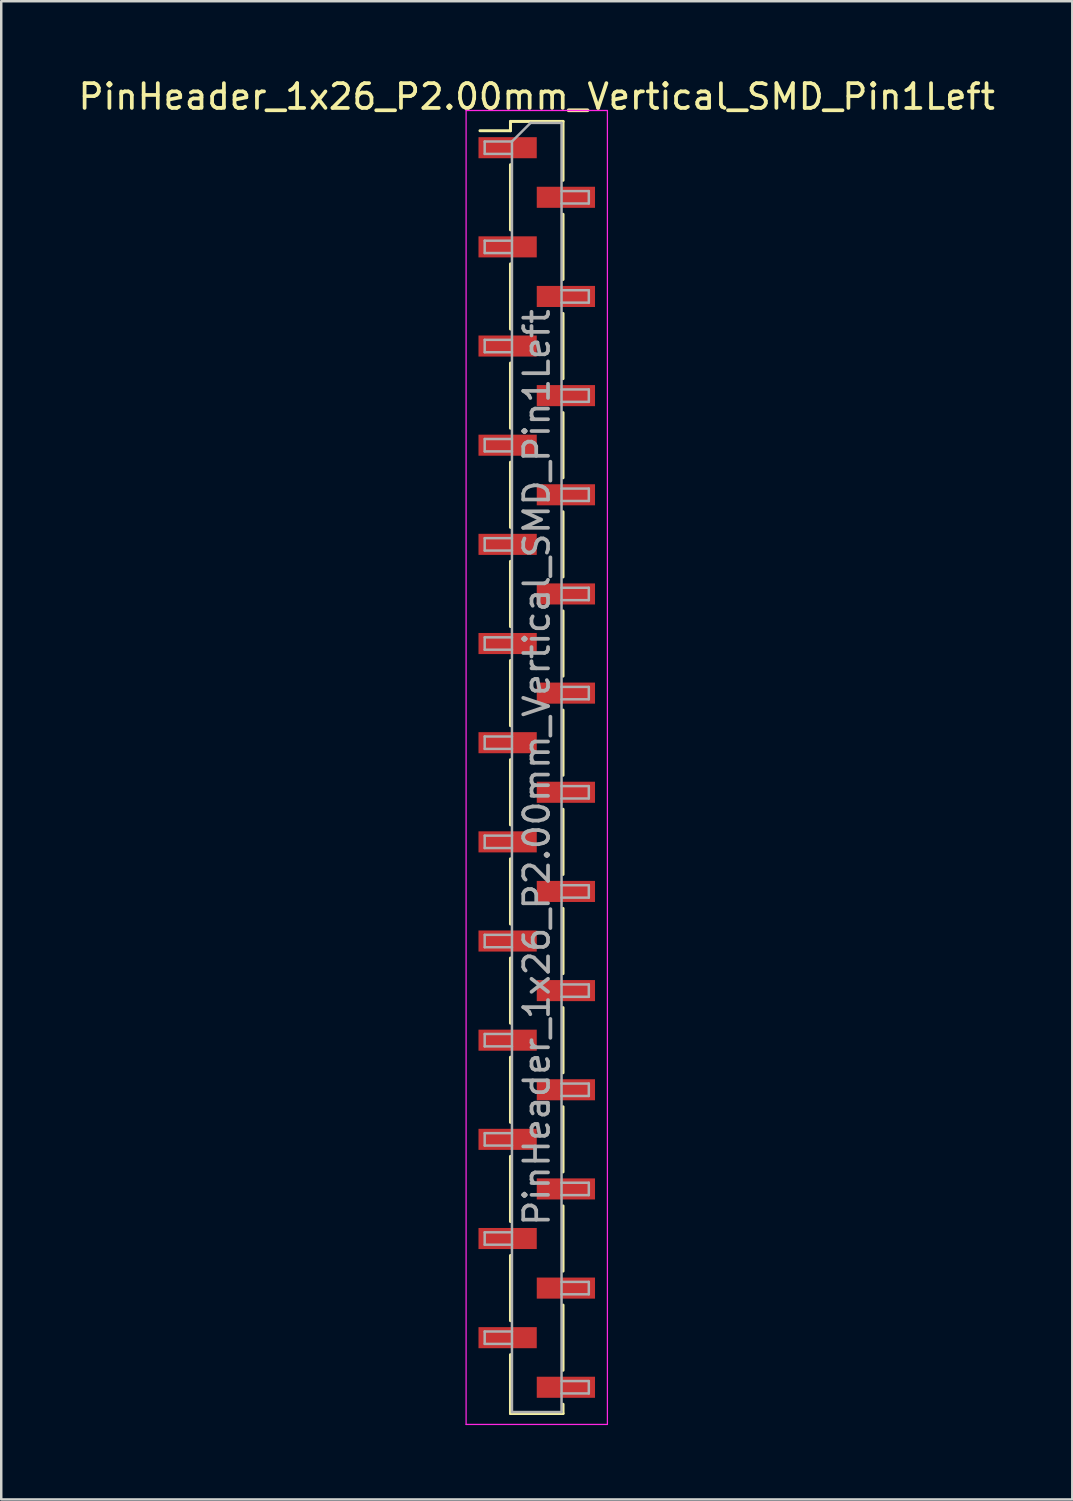
<source format=kicad_pcb>
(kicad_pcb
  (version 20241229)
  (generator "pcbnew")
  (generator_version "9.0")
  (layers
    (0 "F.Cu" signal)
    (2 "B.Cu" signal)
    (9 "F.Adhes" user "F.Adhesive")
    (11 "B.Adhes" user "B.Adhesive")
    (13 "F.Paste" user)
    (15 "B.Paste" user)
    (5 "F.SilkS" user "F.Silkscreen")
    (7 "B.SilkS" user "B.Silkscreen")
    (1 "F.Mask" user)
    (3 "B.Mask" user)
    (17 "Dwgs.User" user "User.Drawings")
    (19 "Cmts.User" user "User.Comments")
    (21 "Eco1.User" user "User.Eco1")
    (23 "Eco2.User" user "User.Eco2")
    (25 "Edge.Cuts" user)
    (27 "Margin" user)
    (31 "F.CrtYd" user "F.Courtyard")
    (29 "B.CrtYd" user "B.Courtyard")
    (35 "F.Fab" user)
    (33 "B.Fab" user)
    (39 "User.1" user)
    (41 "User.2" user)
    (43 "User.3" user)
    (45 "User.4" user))
  (footprint "PinHeader_1x26_P2.00mm_Vertical_SMD_Pin1Left"
    (layer "F.Cu")
    (at 18.601 27.908)
    (property "Reference" "PinHeader_1x26_P2.00mm_Vertical_SMD_Pin1Left" (at 0 -27.06 0) (layer "F.SilkS") (effects (font (size 1 1) (thickness 0.15))))
    (attr smd)
    (fp_line (start -1.06 -26.06) (end -1.06 -25.685) (stroke (width 0.12) (type solid)) (layer "F.SilkS"))
    (fp_line (start -1.06 -26.06) (end 1.06 -26.06) (stroke (width 0.12) (type solid)) (layer "F.SilkS"))
    (fp_line (start -1.06 -25.685) (end -2.29 -25.685) (stroke (width 0.12) (type solid)) (layer "F.SilkS"))
    (fp_line (start -1.06 -24.315) (end -1.06 -21.685) (stroke (width 0.12) (type solid)) (layer "F.SilkS"))
    (fp_line (start -1.06 -20.315) (end -1.06 -17.685) (stroke (width 0.12) (type solid)) (layer "F.SilkS"))
    (fp_line (start -1.06 -16.315) (end -1.06 -13.685) (stroke (width 0.12) (type solid)) (layer "F.SilkS"))
    (fp_line (start -1.06 -12.315) (end -1.06 -9.685) (stroke (width 0.12) (type solid)) (layer "F.SilkS"))
    (fp_line (start -1.06 -8.315) (end -1.06 -5.685) (stroke (width 0.12) (type solid)) (layer "F.SilkS"))
    (fp_line (start -1.06 -4.315) (end -1.06 -1.685) (stroke (width 0.12) (type solid)) (layer "F.SilkS"))
    (fp_line (start -1.06 -0.315) (end -1.06 2.315) (stroke (width 0.12) (type solid)) (layer "F.SilkS"))
    (fp_line (start -1.06 3.685) (end -1.06 6.315) (stroke (width 0.12) (type solid)) (layer "F.SilkS"))
    (fp_line (start -1.06 7.685) (end -1.06 10.315) (stroke (width 0.12) (type solid)) (layer "F.SilkS"))
    (fp_line (start -1.06 11.685) (end -1.06 14.315) (stroke (width 0.12) (type solid)) (layer "F.SilkS"))
    (fp_line (start -1.06 15.685) (end -1.06 18.315) (stroke (width 0.12) (type solid)) (layer "F.SilkS"))
    (fp_line (start -1.06 19.685) (end -1.06 22.315) (stroke (width 0.12) (type solid)) (layer "F.SilkS"))
    (fp_line (start -1.06 23.685) (end -1.06 26.06) (stroke (width 0.12) (type solid)) (layer "F.SilkS"))
    (fp_line (start -1.06 26.06) (end 1.06 26.06) (stroke (width 0.12) (type solid)) (layer "F.SilkS"))
    (fp_line (start 1.06 -26.06) (end 1.06 -23.685) (stroke (width 0.12) (type solid)) (layer "F.SilkS"))
    (fp_line (start 1.06 -22.315) (end 1.06 -19.685) (stroke (width 0.12) (type solid)) (layer "F.SilkS"))
    (fp_line (start 1.06 -18.315) (end 1.06 -15.685) (stroke (width 0.12) (type solid)) (layer "F.SilkS"))
    (fp_line (start 1.06 -14.315) (end 1.06 -11.685) (stroke (width 0.12) (type solid)) (layer "F.SilkS"))
    (fp_line (start 1.06 -10.315) (end 1.06 -7.685) (stroke (width 0.12) (type solid)) (layer "F.SilkS"))
    (fp_line (start 1.06 -6.315) (end 1.06 -3.685) (stroke (width 0.12) (type solid)) (layer "F.SilkS"))
    (fp_line (start 1.06 -2.315) (end 1.06 0.315) (stroke (width 0.12) (type solid)) (layer "F.SilkS"))
    (fp_line (start 1.06 1.685) (end 1.06 4.315) (stroke (width 0.12) (type solid)) (layer "F.SilkS"))
    (fp_line (start 1.06 5.685) (end 1.06 8.315) (stroke (width 0.12) (type solid)) (layer "F.SilkS"))
    (fp_line (start 1.06 9.685) (end 1.06 12.315) (stroke (width 0.12) (type solid)) (layer "F.SilkS"))
    (fp_line (start 1.06 13.685) (end 1.06 16.315) (stroke (width 0.12) (type solid)) (layer "F.SilkS"))
    (fp_line (start 1.06 17.685) (end 1.06 20.315) (stroke (width 0.12) (type solid)) (layer "F.SilkS"))
    (fp_line (start 1.06 21.685) (end 1.06 24.315) (stroke (width 0.12) (type solid)) (layer "F.SilkS"))
    (fp_line (start 1.06 25.685) (end 1.06 26.06) (stroke (width 0.12) (type solid)) (layer "F.SilkS"))
    (fp_line (start -2.85 -26.5) (end -2.85 26.5) (stroke (width 0.05) (type solid)) (layer "F.CrtYd"))
    (fp_line (start -2.85 26.5) (end 2.85 26.5) (stroke (width 0.05) (type solid)) (layer "F.CrtYd"))
    (fp_line (start 2.85 -26.5) (end -2.85 -26.5) (stroke (width 0.05) (type solid)) (layer "F.CrtYd"))
    (fp_line (start 2.85 26.5) (end 2.85 -26.5) (stroke (width 0.05) (type solid)) (layer "F.CrtYd"))
    (fp_line (start -2.1 -25.25) (end -2.1 -24.75) (stroke (width 0.1) (type solid)) (layer "F.Fab"))
    (fp_line (start -2.1 -24.75) (end -1 -24.75) (stroke (width 0.1) (type solid)) (layer "F.Fab"))
    (fp_line (start -2.1 -21.25) (end -2.1 -20.75) (stroke (width 0.1) (type solid)) (layer "F.Fab"))
    (fp_line (start -2.1 -20.75) (end -1 -20.75) (stroke (width 0.1) (type solid)) (layer "F.Fab"))
    (fp_line (start -2.1 -17.25) (end -2.1 -16.75) (stroke (width 0.1) (type solid)) (layer "F.Fab"))
    (fp_line (start -2.1 -16.75) (end -1 -16.75) (stroke (width 0.1) (type solid)) (layer "F.Fab"))
    (fp_line (start -2.1 -13.25) (end -2.1 -12.75) (stroke (width 0.1) (type solid)) (layer "F.Fab"))
    (fp_line (start -2.1 -12.75) (end -1 -12.75) (stroke (width 0.1) (type solid)) (layer "F.Fab"))
    (fp_line (start -2.1 -9.25) (end -2.1 -8.75) (stroke (width 0.1) (type solid)) (layer "F.Fab"))
    (fp_line (start -2.1 -8.75) (end -1 -8.75) (stroke (width 0.1) (type solid)) (layer "F.Fab"))
    (fp_line (start -2.1 -5.25) (end -2.1 -4.75) (stroke (width 0.1) (type solid)) (layer "F.Fab"))
    (fp_line (start -2.1 -4.75) (end -1 -4.75) (stroke (width 0.1) (type solid)) (layer "F.Fab"))
    (fp_line (start -2.1 -1.25) (end -2.1 -0.75) (stroke (width 0.1) (type solid)) (layer "F.Fab"))
    (fp_line (start -2.1 -0.75) (end -1 -0.75) (stroke (width 0.1) (type solid)) (layer "F.Fab"))
    (fp_line (start -2.1 2.75) (end -2.1 3.25) (stroke (width 0.1) (type solid)) (layer "F.Fab"))
    (fp_line (start -2.1 3.25) (end -1 3.25) (stroke (width 0.1) (type solid)) (layer "F.Fab"))
    (fp_line (start -2.1 6.75) (end -2.1 7.25) (stroke (width 0.1) (type solid)) (layer "F.Fab"))
    (fp_line (start -2.1 7.25) (end -1 7.25) (stroke (width 0.1) (type solid)) (layer "F.Fab"))
    (fp_line (start -2.1 10.75) (end -2.1 11.25) (stroke (width 0.1) (type solid)) (layer "F.Fab"))
    (fp_line (start -2.1 11.25) (end -1 11.25) (stroke (width 0.1) (type solid)) (layer "F.Fab"))
    (fp_line (start -2.1 14.75) (end -2.1 15.25) (stroke (width 0.1) (type solid)) (layer "F.Fab"))
    (fp_line (start -2.1 15.25) (end -1 15.25) (stroke (width 0.1) (type solid)) (layer "F.Fab"))
    (fp_line (start -2.1 18.75) (end -2.1 19.25) (stroke (width 0.1) (type solid)) (layer "F.Fab"))
    (fp_line (start -2.1 19.25) (end -1 19.25) (stroke (width 0.1) (type solid)) (layer "F.Fab"))
    (fp_line (start -2.1 22.75) (end -2.1 23.25) (stroke (width 0.1) (type solid)) (layer "F.Fab"))
    (fp_line (start -2.1 23.25) (end -1 23.25) (stroke (width 0.1) (type solid)) (layer "F.Fab"))
    (fp_line (start -1 -25.25) (end -2.1 -25.25) (stroke (width 0.1) (type solid)) (layer "F.Fab"))
    (fp_line (start -1 -25.25) (end -0.25 -26) (stroke (width 0.1) (type solid)) (layer "F.Fab"))
    (fp_line (start -1 -21.25) (end -2.1 -21.25) (stroke (width 0.1) (type solid)) (layer "F.Fab"))
    (fp_line (start -1 -17.25) (end -2.1 -17.25) (stroke (width 0.1) (type solid)) (layer "F.Fab"))
    (fp_line (start -1 -13.25) (end -2.1 -13.25) (stroke (width 0.1) (type solid)) (layer "F.Fab"))
    (fp_line (start -1 -9.25) (end -2.1 -9.25) (stroke (width 0.1) (type solid)) (layer "F.Fab"))
    (fp_line (start -1 -5.25) (end -2.1 -5.25) (stroke (width 0.1) (type solid)) (layer "F.Fab"))
    (fp_line (start -1 -1.25) (end -2.1 -1.25) (stroke (width 0.1) (type solid)) (layer "F.Fab"))
    (fp_line (start -1 2.75) (end -2.1 2.75) (stroke (width 0.1) (type solid)) (layer "F.Fab"))
    (fp_line (start -1 6.75) (end -2.1 6.75) (stroke (width 0.1) (type solid)) (layer "F.Fab"))
    (fp_line (start -1 10.75) (end -2.1 10.75) (stroke (width 0.1) (type solid)) (layer "F.Fab"))
    (fp_line (start -1 14.75) (end -2.1 14.75) (stroke (width 0.1) (type solid)) (layer "F.Fab"))
    (fp_line (start -1 18.75) (end -2.1 18.75) (stroke (width 0.1) (type solid)) (layer "F.Fab"))
    (fp_line (start -1 22.75) (end -2.1 22.75) (stroke (width 0.1) (type solid)) (layer "F.Fab"))
    (fp_line (start -1 26) (end -1 -25.25) (stroke (width 0.1) (type solid)) (layer "F.Fab"))
    (fp_line (start -0.25 -26) (end 1 -26) (stroke (width 0.1) (type solid)) (layer "F.Fab"))
    (fp_line (start 1 -26) (end 1 26) (stroke (width 0.1) (type solid)) (layer "F.Fab"))
    (fp_line (start 1 -23.25) (end 2.1 -23.25) (stroke (width 0.1) (type solid)) (layer "F.Fab"))
    (fp_line (start 1 -19.25) (end 2.1 -19.25) (stroke (width 0.1) (type solid)) (layer "F.Fab"))
    (fp_line (start 1 -15.25) (end 2.1 -15.25) (stroke (width 0.1) (type solid)) (layer "F.Fab"))
    (fp_line (start 1 -11.25) (end 2.1 -11.25) (stroke (width 0.1) (type solid)) (layer "F.Fab"))
    (fp_line (start 1 -7.25) (end 2.1 -7.25) (stroke (width 0.1) (type solid)) (layer "F.Fab"))
    (fp_line (start 1 -3.25) (end 2.1 -3.25) (stroke (width 0.1) (type solid)) (layer "F.Fab"))
    (fp_line (start 1 0.75) (end 2.1 0.75) (stroke (width 0.1) (type solid)) (layer "F.Fab"))
    (fp_line (start 1 4.75) (end 2.1 4.75) (stroke (width 0.1) (type solid)) (layer "F.Fab"))
    (fp_line (start 1 8.75) (end 2.1 8.75) (stroke (width 0.1) (type solid)) (layer "F.Fab"))
    (fp_line (start 1 12.75) (end 2.1 12.75) (stroke (width 0.1) (type solid)) (layer "F.Fab"))
    (fp_line (start 1 16.75) (end 2.1 16.75) (stroke (width 0.1) (type solid)) (layer "F.Fab"))
    (fp_line (start 1 20.75) (end 2.1 20.75) (stroke (width 0.1) (type solid)) (layer "F.Fab"))
    (fp_line (start 1 24.75) (end 2.1 24.75) (stroke (width 0.1) (type solid)) (layer "F.Fab"))
    (fp_line (start 1 26) (end -1 26) (stroke (width 0.1) (type solid)) (layer "F.Fab"))
    (fp_line (start 2.1 -23.25) (end 2.1 -22.75) (stroke (width 0.1) (type solid)) (layer "F.Fab"))
    (fp_line (start 2.1 -22.75) (end 1 -22.75) (stroke (width 0.1) (type solid)) (layer "F.Fab"))
    (fp_line (start 2.1 -19.25) (end 2.1 -18.75) (stroke (width 0.1) (type solid)) (layer "F.Fab"))
    (fp_line (start 2.1 -18.75) (end 1 -18.75) (stroke (width 0.1) (type solid)) (layer "F.Fab"))
    (fp_line (start 2.1 -15.25) (end 2.1 -14.75) (stroke (width 0.1) (type solid)) (layer "F.Fab"))
    (fp_line (start 2.1 -14.75) (end 1 -14.75) (stroke (width 0.1) (type solid)) (layer "F.Fab"))
    (fp_line (start 2.1 -11.25) (end 2.1 -10.75) (stroke (width 0.1) (type solid)) (layer "F.Fab"))
    (fp_line (start 2.1 -10.75) (end 1 -10.75) (stroke (width 0.1) (type solid)) (layer "F.Fab"))
    (fp_line (start 2.1 -7.25) (end 2.1 -6.75) (stroke (width 0.1) (type solid)) (layer "F.Fab"))
    (fp_line (start 2.1 -6.75) (end 1 -6.75) (stroke (width 0.1) (type solid)) (layer "F.Fab"))
    (fp_line (start 2.1 -3.25) (end 2.1 -2.75) (stroke (width 0.1) (type solid)) (layer "F.Fab"))
    (fp_line (start 2.1 -2.75) (end 1 -2.75) (stroke (width 0.1) (type solid)) (layer "F.Fab"))
    (fp_line (start 2.1 0.75) (end 2.1 1.25) (stroke (width 0.1) (type solid)) (layer "F.Fab"))
    (fp_line (start 2.1 1.25) (end 1 1.25) (stroke (width 0.1) (type solid)) (layer "F.Fab"))
    (fp_line (start 2.1 4.75) (end 2.1 5.25) (stroke (width 0.1) (type solid)) (layer "F.Fab"))
    (fp_line (start 2.1 5.25) (end 1 5.25) (stroke (width 0.1) (type solid)) (layer "F.Fab"))
    (fp_line (start 2.1 8.75) (end 2.1 9.25) (stroke (width 0.1) (type solid)) (layer "F.Fab"))
    (fp_line (start 2.1 9.25) (end 1 9.25) (stroke (width 0.1) (type solid)) (layer "F.Fab"))
    (fp_line (start 2.1 12.75) (end 2.1 13.25) (stroke (width 0.1) (type solid)) (layer "F.Fab"))
    (fp_line (start 2.1 13.25) (end 1 13.25) (stroke (width 0.1) (type solid)) (layer "F.Fab"))
    (fp_line (start 2.1 16.75) (end 2.1 17.25) (stroke (width 0.1) (type solid)) (layer "F.Fab"))
    (fp_line (start 2.1 17.25) (end 1 17.25) (stroke (width 0.1) (type solid)) (layer "F.Fab"))
    (fp_line (start 2.1 20.75) (end 2.1 21.25) (stroke (width 0.1) (type solid)) (layer "F.Fab"))
    (fp_line (start 2.1 21.25) (end 1 21.25) (stroke (width 0.1) (type solid)) (layer "F.Fab"))
    (fp_line (start 2.1 24.75) (end 2.1 25.25) (stroke (width 0.1) (type solid)) (layer "F.Fab"))
    (fp_line (start 2.1 25.25) (end 1 25.25) (stroke (width 0.1) (type solid)) (layer "F.Fab"))
    (fp_text user "${REFERENCE}" (at 0 0 90) (layer "F.Fab") (effects (font (size 1 1) (thickness 0.15))))
    (pad "1" smd rect (at -1.175 -25) (size 2.35 0.85) (layers "F.Cu" "F.Mask" "F.Paste"))
    (pad "2" smd rect (at 1.175 -23) (size 2.35 0.85) (layers "F.Cu" "F.Mask" "F.Paste"))
    (pad "3" smd rect (at -1.175 -21) (size 2.35 0.85) (layers "F.Cu" "F.Mask" "F.Paste"))
    (pad "4" smd rect (at 1.175 -19) (size 2.35 0.85) (layers "F.Cu" "F.Mask" "F.Paste"))
    (pad "5" smd rect (at -1.175 -17) (size 2.35 0.85) (layers "F.Cu" "F.Mask" "F.Paste"))
    (pad "6" smd rect (at 1.175 -15) (size 2.35 0.85) (layers "F.Cu" "F.Mask" "F.Paste"))
    (pad "7" smd rect (at -1.175 -13) (size 2.35 0.85) (layers "F.Cu" "F.Mask" "F.Paste"))
    (pad "8" smd rect (at 1.175 -11) (size 2.35 0.85) (layers "F.Cu" "F.Mask" "F.Paste"))
    (pad "9" smd rect (at -1.175 -9) (size 2.35 0.85) (layers "F.Cu" "F.Mask" "F.Paste"))
    (pad "10" smd rect (at 1.175 -7) (size 2.35 0.85) (layers "F.Cu" "F.Mask" "F.Paste"))
    (pad "11" smd rect (at -1.175 -5) (size 2.35 0.85) (layers "F.Cu" "F.Mask" "F.Paste"))
    (pad "12" smd rect (at 1.175 -3) (size 2.35 0.85) (layers "F.Cu" "F.Mask" "F.Paste"))
    (pad "13" smd rect (at -1.175 -1) (size 2.35 0.85) (layers "F.Cu" "F.Mask" "F.Paste"))
    (pad "14" smd rect (at 1.175 1) (size 2.35 0.85) (layers "F.Cu" "F.Mask" "F.Paste"))
    (pad "15" smd rect (at -1.175 3) (size 2.35 0.85) (layers "F.Cu" "F.Mask" "F.Paste"))
    (pad "16" smd rect (at 1.175 5) (size 2.35 0.85) (layers "F.Cu" "F.Mask" "F.Paste"))
    (pad "17" smd rect (at -1.175 7) (size 2.35 0.85) (layers "F.Cu" "F.Mask" "F.Paste"))
    (pad "18" smd rect (at 1.175 9) (size 2.35 0.85) (layers "F.Cu" "F.Mask" "F.Paste"))
    (pad "19" smd rect (at -1.175 11) (size 2.35 0.85) (layers "F.Cu" "F.Mask" "F.Paste"))
    (pad "20" smd rect (at 1.175 13) (size 2.35 0.85) (layers "F.Cu" "F.Mask" "F.Paste"))
    (pad "21" smd rect (at -1.175 15) (size 2.35 0.85) (layers "F.Cu" "F.Mask" "F.Paste"))
    (pad "22" smd rect (at 1.175 17) (size 2.35 0.85) (layers "F.Cu" "F.Mask" "F.Paste"))
    (pad "23" smd rect (at -1.175 19) (size 2.35 0.85) (layers "F.Cu" "F.Mask" "F.Paste"))
    (pad "24" smd rect (at 1.175 21) (size 2.35 0.85) (layers "F.Cu" "F.Mask" "F.Paste"))
    (pad "25" smd rect (at -1.175 23) (size 2.35 0.85) (layers "F.Cu" "F.Mask" "F.Paste"))
    (pad "26" smd rect (at 1.175 25) (size 2.35 0.85) (layers "F.Cu" "F.Mask" "F.Paste")))
  (gr_rect
    (start -3 -3)
    (end 40.202 57.433)
    (stroke (width 0.1) (type default))
    (fill no)
    (layer "Edge.Cuts")))
</source>
